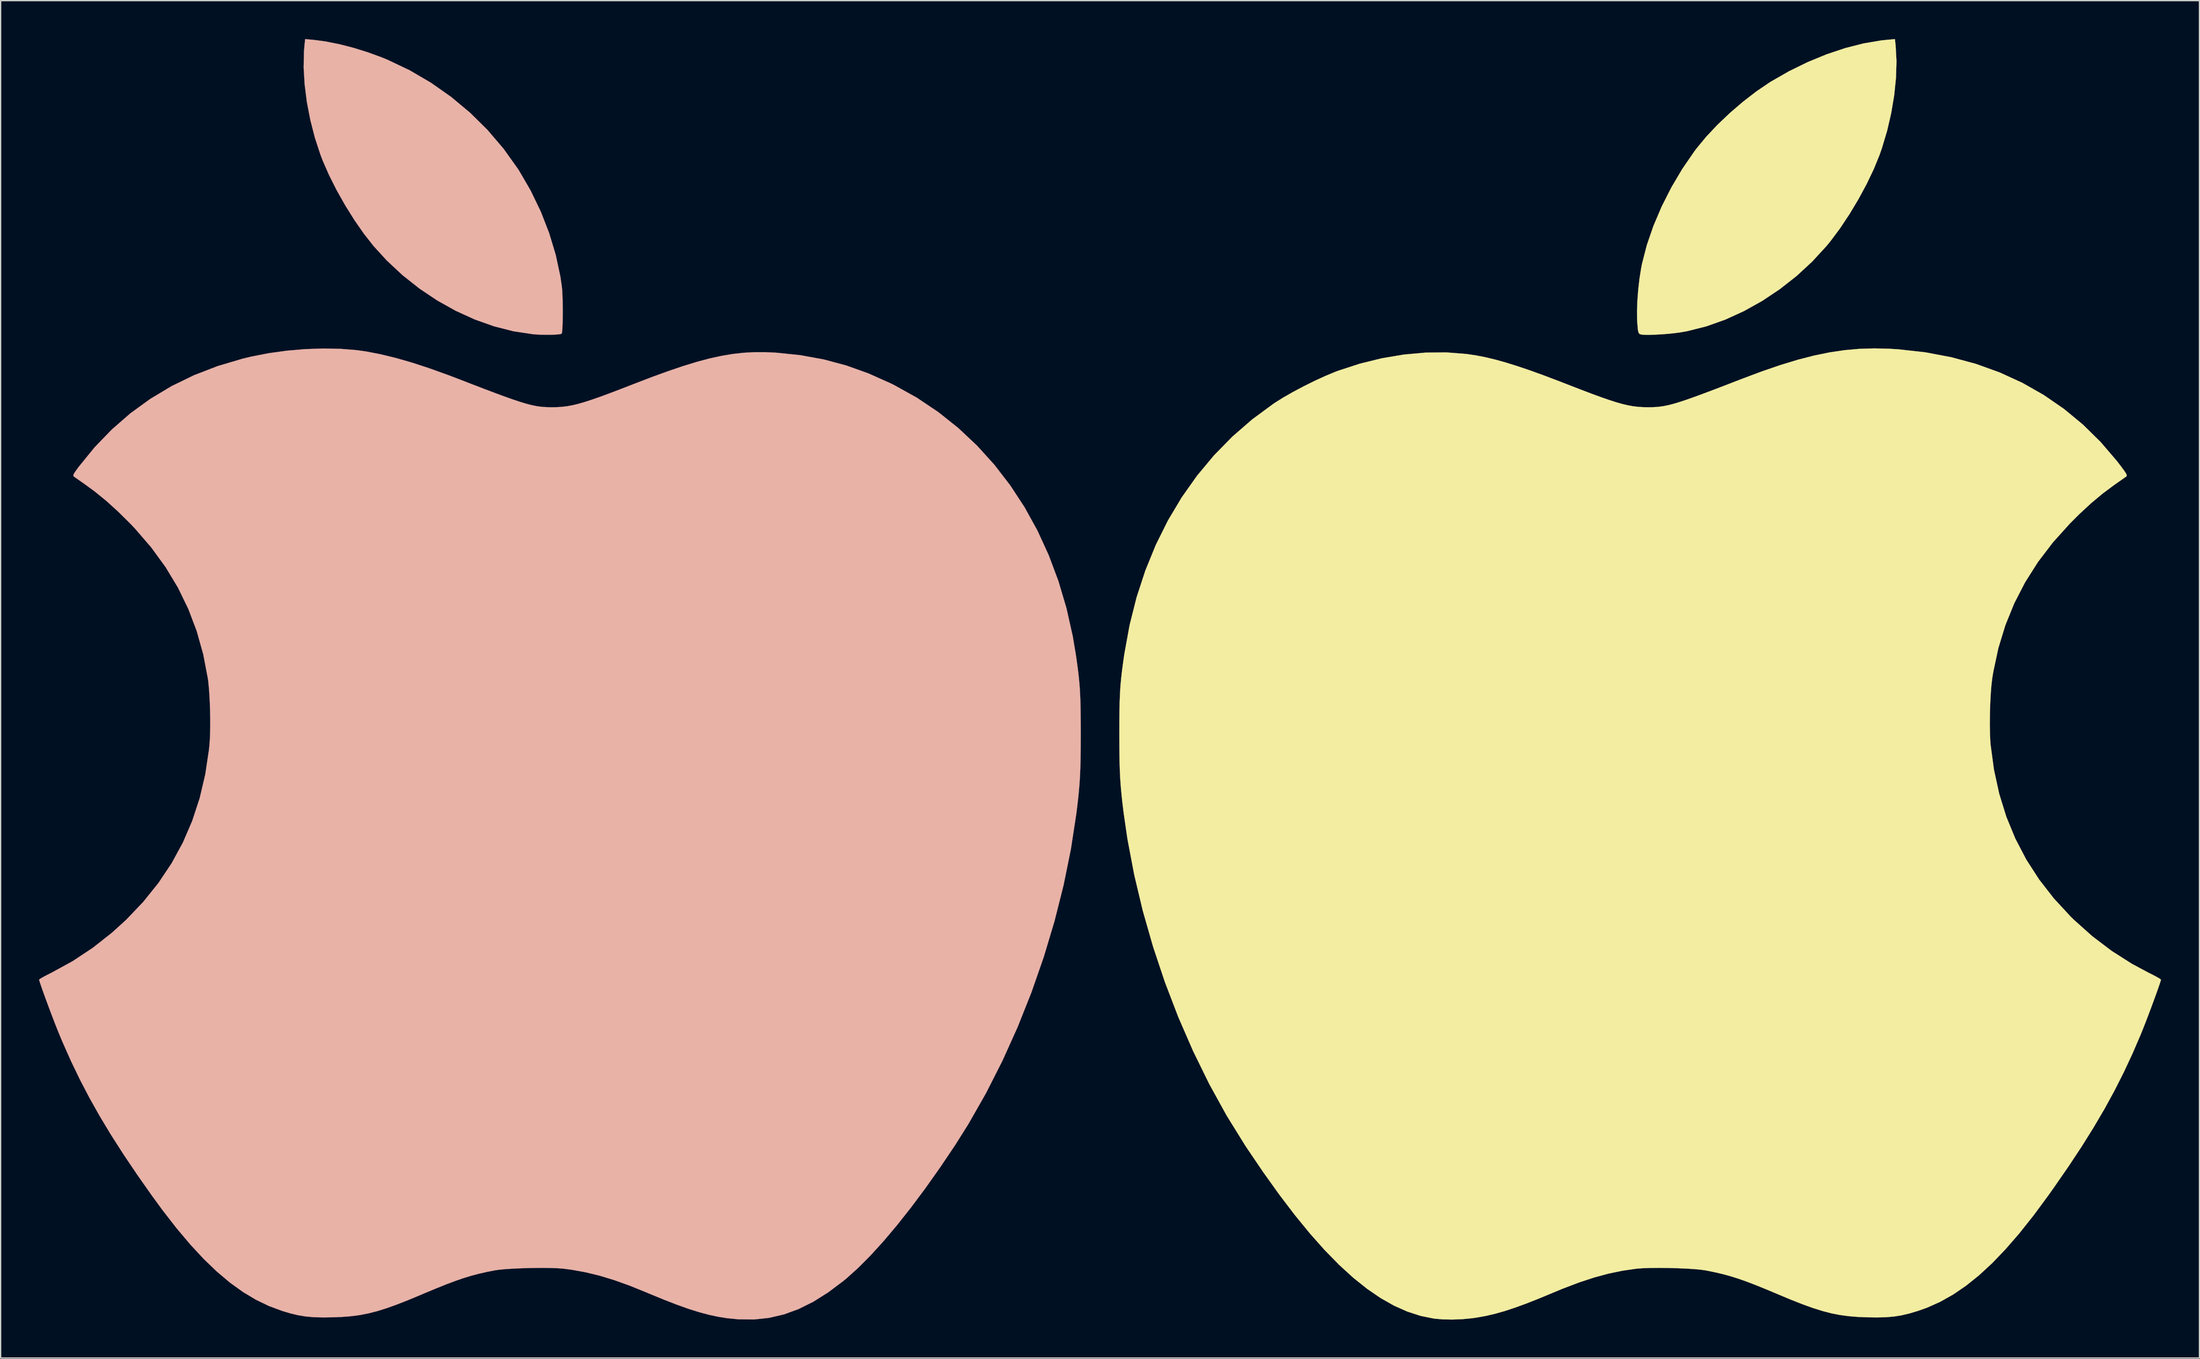
<source format=kicad_pcb>
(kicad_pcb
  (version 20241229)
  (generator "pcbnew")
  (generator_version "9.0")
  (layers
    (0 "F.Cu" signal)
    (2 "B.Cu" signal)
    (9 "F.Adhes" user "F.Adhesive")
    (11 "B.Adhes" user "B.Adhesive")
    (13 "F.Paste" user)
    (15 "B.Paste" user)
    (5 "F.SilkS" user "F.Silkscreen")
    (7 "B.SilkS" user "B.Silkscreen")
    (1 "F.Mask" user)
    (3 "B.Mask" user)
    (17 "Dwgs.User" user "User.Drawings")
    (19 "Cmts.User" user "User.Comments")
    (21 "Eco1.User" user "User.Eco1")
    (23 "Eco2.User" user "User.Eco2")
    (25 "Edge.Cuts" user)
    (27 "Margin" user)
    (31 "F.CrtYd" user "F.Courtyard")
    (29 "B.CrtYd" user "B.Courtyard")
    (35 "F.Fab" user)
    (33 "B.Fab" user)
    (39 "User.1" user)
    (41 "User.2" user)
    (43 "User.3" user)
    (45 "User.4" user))
  (footprint "apple_10x10_B"
    (layer "F.Cu")
    (at 40.644 49.976)
    (property "Reference" "apple_10x10_B" (at 0 0 0) (layer "B.SilkS") (effects (font (size 1.524 1.524) (thickness 0.3))))
    (attr through_hole)
    (fp_poly (pts (xy -19.228 -49.914) (xy -18.269 -49.788) (xy -17.213 -49.577) (xy -16.102 -49.292) (xy -14.979 -48.943) (xy -13.886 -48.543) (xy -13.462 -48.369) (xy -11.717 -47.54) (xy -10.051 -46.566) (xy -8.474 -45.458) (xy -6.997 -44.224) (xy -5.631 -42.874) (xy -4.387 -41.417) (xy -3.275 -39.862) (xy -3.164 -39.689) (xy -2.261 -38.136) (xy -1.478 -36.51) (xy -0.826 -34.837) (xy -0.313 -33.142) (xy 0.051 -31.453) (xy 0.172 -30.632) (xy 0.199 -30.326) (xy 0.219 -29.927) (xy 0.233 -29.463) (xy 0.24 -28.966) (xy 0.24 -28.464) (xy 0.234 -27.99) (xy 0.221 -27.573) (xy 0.202 -27.243) (xy 0.177 -27.03) (xy 0.156 -26.968) (xy 0.037 -26.931) (xy -0.215 -26.904) (xy -0.562 -26.887) (xy -0.969 -26.882) (xy -1.398 -26.887) (xy -1.813 -26.905) (xy -2.083 -26.926) (xy -3.591 -27.153) (xy -5.108 -27.538) (xy -6.618 -28.073) (xy -8.104 -28.749) (xy -9.552 -29.557) (xy -10.943 -30.488) (xy -12.264 -31.533) (xy -13.497 -32.683) (xy -14.537 -33.822) (xy -15.28 -34.769) (xy -16.022 -35.836) (xy -16.739 -36.983) (xy -17.407 -38.166) (xy -18.001 -39.345) (xy -18.497 -40.477) (xy -18.669 -40.924) (xy -19.11 -42.269) (xy -19.466 -43.656) (xy -19.735 -45.054) (xy -19.91 -46.431) (xy -19.988 -47.755) (xy -19.964 -48.994) (xy -19.926 -49.442) (xy -19.871 -49.971) (xy -19.228 -49.914)) (stroke (width 0.01) (type solid)) (fill yes) (layer "B.SilkS"))
    (fp_poly (pts (xy -17.086 -25.783) (xy -15.816 -25.679) (xy -15.103 -25.578) (xy -13.973 -25.358) (xy -12.791 -25.071) (xy -11.537 -24.711) (xy -10.191 -24.271) (xy -8.734 -23.747) (xy -7.916 -23.436) (xy -6.811 -23.008) (xy -5.85 -22.639) (xy -5.017 -22.324) (xy -4.299 -22.059) (xy -3.683 -21.84) (xy -3.153 -21.663) (xy -2.696 -21.522) (xy -2.298 -21.415) (xy -1.945 -21.336) (xy -1.622 -21.282) (xy -1.316 -21.248) (xy -1.012 -21.23) (xy -0.697 -21.223) (xy -0.593 -21.223) (xy -0.194 -21.23) (xy 0.191 -21.255) (xy 0.579 -21.302) (xy 0.988 -21.376) (xy 1.434 -21.483) (xy 1.935 -21.627) (xy 2.509 -21.812) (xy 3.171 -22.044) (xy 3.939 -22.328) (xy 4.831 -22.668) (xy 5.757 -23.028) (xy 7.175 -23.572) (xy 8.461 -24.04) (xy 9.631 -24.437) (xy 10.703 -24.766) (xy 11.694 -25.03) (xy 12.622 -25.234) (xy 13.503 -25.382) (xy 14.354 -25.477) (xy 15.194 -25.523) (xy 16.039 -25.524) (xy 16.887 -25.485) (xy 18.784 -25.29) (xy 20.602 -24.959) (xy 22.368 -24.487) (xy 24.109 -23.864) (xy 25.852 -23.084) (xy 26.12 -22.951) (xy 27.889 -21.966) (xy 29.558 -20.846) (xy 31.125 -19.597) (xy 32.586 -18.223) (xy 33.938 -16.73) (xy 35.177 -15.122) (xy 36.3 -13.405) (xy 37.303 -11.584) (xy 38.183 -9.663) (xy 38.937 -7.648) (xy 39.562 -5.543) (xy 40.053 -3.355) (xy 40.291 -1.947) (xy 40.394 -1.232) (xy 40.477 -0.596) (xy 40.543 -0.007) (xy 40.594 0.566) (xy 40.631 1.153) (xy 40.656 1.786) (xy 40.672 2.495) (xy 40.68 3.31) (xy 40.682 4.264) (xy 40.682 4.276) (xy 40.679 5.256) (xy 40.67 6.101) (xy 40.652 6.842) (xy 40.625 7.514) (xy 40.586 8.15) (xy 40.533 8.783) (xy 40.465 9.445) (xy 40.379 10.171) (xy 40.338 10.499) (xy 39.912 13.283) (xy 39.341 16.092) (xy 38.633 18.905) (xy 37.794 21.703) (xy 36.832 24.466) (xy 35.755 27.174) (xy 34.568 29.807) (xy 33.281 32.346) (xy 31.899 34.77) (xy 30.861 36.418) (xy 29.699 38.144) (xy 28.554 39.763) (xy 27.432 41.267) (xy 26.34 42.649) (xy 25.282 43.903) (xy 24.265 45.021) (xy 23.294 45.996) (xy 22.375 46.821) (xy 22.14 47.014) (xy 20.958 47.901) (xy 19.803 48.628) (xy 18.66 49.198) (xy 17.518 49.616) (xy 16.362 49.887) (xy 15.178 50.015) (xy 13.955 50.003) (xy 13.037 49.911) (xy 12.34 49.797) (xy 11.624 49.642) (xy 10.87 49.44) (xy 10.055 49.183) (xy 9.159 48.864) (xy 8.161 48.477) (xy 7.04 48.016) (xy 6.816 47.921) (xy 5.489 47.383) (xy 4.266 46.944) (xy 3.116 46.594) (xy 2.011 46.326) (xy 0.923 46.13) (xy 0.313 46.05) (xy -0.127 46.015) (xy -0.689 45.994) (xy -1.337 45.986) (xy -2.035 45.991) (xy -2.748 46.008) (xy -3.439 46.035) (xy -4.074 46.072) (xy -4.616 46.118) (xy -5.03 46.172) (xy -5.08 46.181) (xy -5.724 46.309) (xy -6.322 46.446) (xy -6.903 46.6) (xy -7.492 46.779) (xy -8.117 46.994) (xy -8.805 47.252) (xy -9.584 47.564) (xy -10.48 47.937) (xy -10.776 48.063) (xy -11.802 48.491) (xy -12.706 48.846) (xy -13.511 49.135) (xy -14.245 49.364) (xy -14.933 49.54) (xy -15.601 49.67) (xy -16.274 49.76) (xy -16.979 49.816) (xy -17.695 49.846) (xy -18.515 49.856) (xy -19.212 49.836) (xy -19.833 49.78) (xy -20.421 49.683) (xy -21.022 49.539) (xy -21.651 49.352) (xy -22.692 48.966) (xy -23.716 48.472) (xy -24.731 47.864) (xy -25.743 47.135) (xy -26.759 46.279) (xy -27.788 45.29) (xy -28.836 44.161) (xy -29.91 42.887) (xy -31.018 41.459) (xy -31.803 40.386) (xy -32.983 38.708) (xy -34.05 37.123) (xy -35.019 35.61) (xy -35.9 34.148) (xy -36.706 32.715) (xy -37.45 31.29) (xy -38.144 29.852) (xy -38.799 28.378) (xy -39.055 27.771) (xy -39.217 27.371) (xy -39.403 26.9) (xy -39.603 26.381) (xy -39.808 25.838) (xy -40.009 25.298) (xy -40.197 24.785) (xy -40.363 24.323) (xy -40.498 23.937) (xy -40.592 23.653) (xy -40.637 23.494) (xy -40.639 23.475) (xy -40.567 23.416) (xy -40.371 23.299) (xy -40.078 23.141) (xy -39.718 22.958) (xy -39.638 22.918) (xy -38.02 22.032) (xy -36.452 20.993) (xy -34.954 19.813) (xy -33.843 18.803) (xy -32.508 17.402) (xy -31.327 15.932) (xy -30.297 14.39) (xy -29.417 12.774) (xy -28.687 11.079) (xy -28.105 9.304) (xy -27.668 7.444) (xy -27.376 5.497) (xy -27.338 5.122) (xy -27.3 4.547) (xy -27.281 3.851) (xy -27.28 3.08) (xy -27.297 2.28) (xy -27.33 1.496) (xy -27.377 0.773) (xy -27.438 0.156) (xy -27.465 -0.042) (xy -27.826 -1.93) (xy -28.334 -3.739) (xy -28.992 -5.474) (xy -29.802 -7.139) (xy -30.766 -8.739) (xy -31.887 -10.278) (xy -33.166 -11.76) (xy -33.525 -12.137) (xy -34.484 -13.086) (xy -35.398 -13.914) (xy -36.301 -14.648) (xy -37.018 -15.174) (xy -37.341 -15.401) (xy -37.624 -15.599) (xy -37.829 -15.743) (xy -37.913 -15.802) (xy -37.965 -15.861) (xy -37.96 -15.951) (xy -37.884 -16.098) (xy -37.725 -16.33) (xy -37.552 -16.564) (xy -36.306 -18.096) (xy -34.956 -19.493) (xy -33.506 -20.754) (xy -31.954 -21.88) (xy -30.303 -22.869) (xy -28.552 -23.722) (xy -26.703 -24.437) (xy -24.757 -25.014) (xy -24.065 -25.181) (xy -22.707 -25.445) (xy -21.294 -25.64) (xy -19.862 -25.762) (xy -18.447 -25.81) (xy -17.086 -25.783)) (stroke (width 0.01) (type solid)) (fill yes) (layer "B.SilkS")))
  (footprint "apple_10x10_F"
    (layer "F.Cu")
    (at 124.933 49.976)
    (property "Reference" "apple_10x10_F" (at 0 0 0) (layer "F.SilkS") (effects (font (size 1.524 1.524) (thickness 0.3))))
    (attr through_hole)
    (fp_poly (pts (xy 20.011 -49.442) (xy 20.076 -48.244) (xy 20.037 -46.949) (xy 19.898 -45.588) (xy 19.665 -44.195) (xy 19.342 -42.799) (xy 18.933 -41.435) (xy 18.754 -40.924) (xy 18.306 -39.824) (xy 17.749 -38.66) (xy 17.109 -37.473) (xy 16.409 -36.306) (xy 15.675 -35.201) (xy 14.929 -34.199) (xy 14.621 -33.822) (xy 13.502 -32.604) (xy 12.28 -31.475) (xy 10.971 -30.447) (xy 9.594 -29.528) (xy 8.167 -28.731) (xy 6.707 -28.065) (xy 5.232 -27.541) (xy 3.76 -27.169) (xy 3.168 -27.064) (xy 2.712 -27.004) (xy 2.194 -26.953) (xy 1.656 -26.913) (xy 1.139 -26.886) (xy 0.684 -26.875) (xy 0.333 -26.883) (xy 0.201 -26.895) (xy 0.037 -26.935) (xy -0.052 -27.025) (xy -0.101 -27.215) (xy -0.116 -27.321) (xy -0.17 -27.951) (xy -0.181 -28.702) (xy -0.152 -29.535) (xy -0.086 -30.409) (xy 0.015 -31.282) (xy 0.148 -32.113) (xy 0.21 -32.427) (xy 0.585 -33.887) (xy 1.102 -35.387) (xy 1.745 -36.899) (xy 2.501 -38.392) (xy 3.357 -39.839) (xy 4.299 -41.21) (xy 4.461 -41.425) (xy 5.214 -42.339) (xy 6.094 -43.275) (xy 7.065 -44.199) (xy 8.091 -45.08) (xy 9.137 -45.888) (xy 10.169 -46.589) (xy 10.287 -46.662) (xy 11.7 -47.471) (xy 13.152 -48.181) (xy 14.621 -48.785) (xy 16.081 -49.273) (xy 17.509 -49.637) (xy 18.881 -49.869) (xy 19.312 -49.914) (xy 19.955 -49.971) (xy 20.011 -49.442)) (stroke (width 0.01) (type solid)) (fill yes) (layer "F.SilkS"))
    (fp_poly (pts (xy 19.532 -25.79) (xy 20.235 -25.746) (xy 22.333 -25.512) (xy 24.351 -25.131) (xy 26.287 -24.607) (xy 28.137 -23.939) (xy 29.9 -23.131) (xy 31.571 -22.182) (xy 33.148 -21.096) (xy 34.627 -19.874) (xy 36.007 -18.516) (xy 37.284 -17.025) (xy 37.637 -16.564) (xy 37.864 -16.254) (xy 37.998 -16.049) (xy 38.053 -15.921) (xy 38.041 -15.843) (xy 37.998 -15.802) (xy 37.875 -15.715) (xy 37.648 -15.556) (xy 37.353 -15.349) (xy 37.102 -15.174) (xy 36.186 -14.493) (xy 35.283 -13.74) (xy 34.362 -12.888) (xy 33.61 -12.137) (xy 32.289 -10.668) (xy 31.127 -9.145) (xy 30.122 -7.561) (xy 29.272 -5.913) (xy 28.575 -4.197) (xy 28.028 -2.407) (xy 27.63 -0.541) (xy 27.55 -0.042) (xy 27.484 0.522) (xy 27.431 1.209) (xy 27.392 1.976) (xy 27.37 2.775) (xy 27.363 3.562) (xy 27.375 4.292) (xy 27.405 4.919) (xy 27.422 5.122) (xy 27.687 7.086) (xy 28.096 8.961) (xy 28.651 10.753) (xy 29.354 12.462) (xy 30.205 14.093) (xy 31.207 15.649) (xy 32.36 17.132) (xy 33.666 18.546) (xy 33.928 18.803) (xy 35.36 20.083) (xy 36.875 21.233) (xy 38.455 22.24) (xy 39.723 22.918) (xy 40.094 23.105) (xy 40.403 23.27) (xy 40.621 23.396) (xy 40.721 23.468) (xy 40.724 23.475) (xy 40.695 23.593) (xy 40.614 23.844) (xy 40.49 24.203) (xy 40.332 24.646) (xy 40.149 25.147) (xy 39.951 25.682) (xy 39.746 26.226) (xy 39.544 26.755) (xy 39.353 27.243) (xy 39.183 27.665) (xy 39.14 27.771) (xy 38.496 29.265) (xy 37.819 30.715) (xy 37.097 32.143) (xy 36.317 33.57) (xy 35.467 35.017) (xy 34.536 36.507) (xy 33.509 38.06) (xy 32.376 39.699) (xy 31.888 40.386) (xy 30.753 41.922) (xy 29.656 43.301) (xy 28.591 44.529) (xy 27.55 45.614) (xy 26.526 46.561) (xy 25.511 47.376) (xy 24.499 48.067) (xy 23.482 48.639) (xy 22.454 49.098) (xy 21.736 49.352) (xy 21.08 49.547) (xy 20.48 49.689) (xy 19.891 49.784) (xy 19.268 49.838) (xy 18.567 49.856) (xy 17.78 49.846) (xy 17.022 49.814) (xy 16.32 49.755) (xy 15.647 49.663) (xy 14.979 49.531) (xy 14.29 49.352) (xy 13.553 49.12) (xy 12.742 48.828) (xy 11.832 48.469) (xy 10.86 48.063) (xy 9.924 47.669) (xy 9.113 47.34) (xy 8.4 47.066) (xy 7.759 46.84) (xy 7.162 46.65) (xy 6.582 46.49) (xy 5.992 46.349) (xy 5.364 46.219) (xy 5.165 46.181) (xy 4.773 46.126) (xy 4.248 46.078) (xy 3.625 46.04) (xy 2.94 46.011) (xy 2.229 45.993) (xy 1.526 45.986) (xy 0.868 45.992) (xy 0.291 46.011) (xy -0.17 46.044) (xy -0.229 46.05) (xy -1.321 46.208) (xy -2.413 46.435) (xy -3.534 46.739) (xy -4.713 47.127) (xy -5.979 47.609) (xy -6.731 47.921) (xy -7.848 48.385) (xy -8.838 48.776) (xy -9.724 49.099) (xy -10.528 49.363) (xy -11.272 49.573) (xy -11.978 49.738) (xy -12.669 49.863) (xy -13.026 49.915) (xy -13.792 49.99) (xy -14.586 50.021) (xy -15.347 50.008) (xy -16.011 49.949) (xy -16.044 49.944) (xy -17.074 49.735) (xy -18.106 49.401) (xy -19.145 48.939) (xy -20.194 48.346) (xy -21.256 47.619) (xy -22.336 46.755) (xy -23.436 45.75) (xy -24.56 44.602) (xy -25.712 43.306) (xy -26.894 41.86) (xy -28.111 40.261) (xy -29.366 38.506) (xy -30.663 36.591) (xy -30.776 36.418) (xy -32.221 34.087) (xy -33.576 31.628) (xy -34.835 29.06) (xy -35.991 26.404) (xy -37.036 23.678) (xy -37.963 20.903) (xy -38.765 18.098) (xy -39.435 15.284) (xy -39.965 12.48) (xy -40.253 10.499) (xy -40.347 9.737) (xy -40.422 9.052) (xy -40.481 8.411) (xy -40.526 7.78) (xy -40.558 7.127) (xy -40.579 6.419) (xy -40.591 5.621) (xy -40.596 4.701) (xy -40.597 4.276) (xy -40.595 3.32) (xy -40.587 2.503) (xy -40.572 1.793) (xy -40.546 1.16) (xy -40.51 0.572) (xy -40.459 -0.000372) (xy -40.393 -0.589) (xy -40.31 -1.225) (xy -40.207 -1.939) (xy -40.206 -1.947) (xy -39.795 -4.211) (xy -39.247 -6.39) (xy -38.563 -8.48) (xy -37.747 -10.478) (xy -36.802 -12.379) (xy -35.729 -14.179) (xy -34.532 -15.873) (xy -33.213 -17.457) (xy -31.774 -18.927) (xy -30.219 -20.278) (xy -28.549 -21.507) (xy -28.448 -21.574) (xy -27.799 -21.982) (xy -27.035 -22.418) (xy -26.202 -22.86) (xy -25.346 -23.284) (xy -24.515 -23.666) (xy -23.753 -23.983) (xy -23.517 -24.072) (xy -21.821 -24.625) (xy -20.107 -25.047) (xy -18.396 -25.336) (xy -16.708 -25.489) (xy -15.062 -25.505) (xy -13.478 -25.381) (xy -12.742 -25.271) (xy -12.026 -25.131) (xy -11.27 -24.951) (xy -10.456 -24.725) (xy -9.567 -24.449) (xy -8.586 -24.118) (xy -7.495 -23.724) (xy -6.278 -23.263) (xy -5.673 -23.028) (xy -4.655 -22.633) (xy -3.775 -22.298) (xy -3.018 -22.02) (xy -2.365 -21.792) (xy -1.8 -21.611) (xy -1.304 -21.471) (xy -0.862 -21.368) (xy -0.456 -21.296) (xy -0.069 -21.252) (xy 0.316 -21.229) (xy 0.677 -21.223) (xy 0.999 -21.226) (xy 1.305 -21.24) (xy 1.609 -21.269) (xy 1.925 -21.317) (xy 2.268 -21.387) (xy 2.65 -21.485) (xy 3.087 -21.615) (xy 3.592 -21.78) (xy 4.18 -21.986) (xy 4.864 -22.236) (xy 5.659 -22.534) (xy 6.579 -22.886) (xy 7.637 -23.295) (xy 8.001 -23.436) (xy 9.57 -24.024) (xy 11.02 -24.521) (xy 12.37 -24.932) (xy 13.641 -25.259) (xy 14.854 -25.508) (xy 16.029 -25.682) (xy 17.187 -25.784) (xy 18.347 -25.819) (xy 19.532 -25.79)) (stroke (width 0.01) (type solid)) (fill yes) (layer "F.SilkS")))
  (gr_rect
    (start -3 -3)
    (end 168.662 103.002)
    (stroke (width 0.1) (type default))
    (fill no)
    (layer "Edge.Cuts")))
</source>
